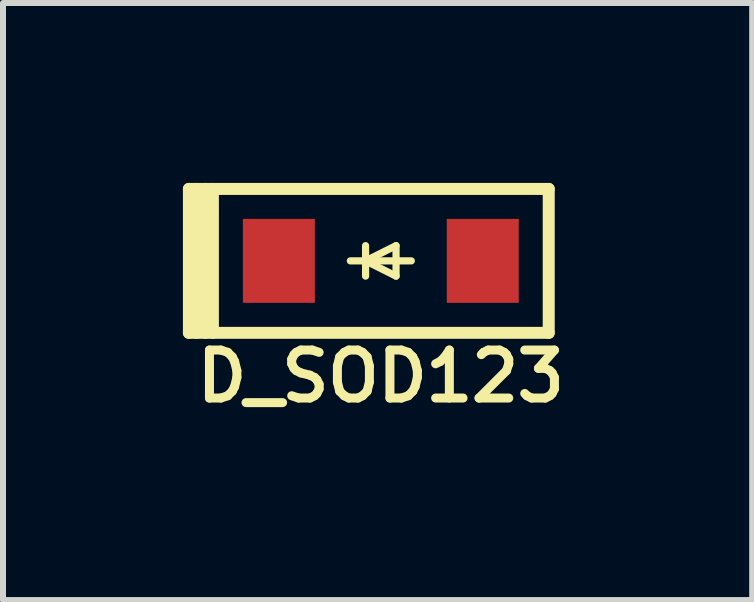
<source format=kicad_pcb>
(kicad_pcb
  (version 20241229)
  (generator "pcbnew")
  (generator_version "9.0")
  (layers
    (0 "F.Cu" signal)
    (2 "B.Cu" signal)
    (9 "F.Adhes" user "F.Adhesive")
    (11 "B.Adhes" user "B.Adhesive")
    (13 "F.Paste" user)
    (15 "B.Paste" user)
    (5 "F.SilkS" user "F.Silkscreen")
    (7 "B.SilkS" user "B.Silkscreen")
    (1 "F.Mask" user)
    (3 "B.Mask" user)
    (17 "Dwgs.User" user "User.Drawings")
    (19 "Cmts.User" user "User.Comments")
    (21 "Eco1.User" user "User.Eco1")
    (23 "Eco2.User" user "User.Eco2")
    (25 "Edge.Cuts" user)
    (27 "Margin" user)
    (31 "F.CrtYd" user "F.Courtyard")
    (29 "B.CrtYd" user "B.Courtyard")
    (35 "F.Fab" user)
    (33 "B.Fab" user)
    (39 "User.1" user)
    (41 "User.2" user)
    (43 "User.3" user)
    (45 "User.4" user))
  (footprint "D_SOD123"
    (layer "F.Cu")
    (at 3.3 1.3)
    (property "Reference" "D_SOD123" (at 0 1.925 0) (layer "F.SilkS") (effects (font (size 0.8 0.8) (thickness 0.15))))
    (attr smd)
    (fp_line (start -3.2 -1.2) (end 2.8 -1.2) (stroke (width 0.2) (type solid)) (layer "F.SilkS"))
    (fp_line (start -3.2 1.2) (end -3.2 -1.2) (stroke (width 0.2) (type solid)) (layer "F.SilkS"))
    (fp_line (start -3.075 1.2) (end -3.075 -1.2) (stroke (width 0.2) (type solid)) (layer "F.SilkS"))
    (fp_line (start -2.925 -1.2) (end -2.925 1.2) (stroke (width 0.2) (type solid)) (layer "F.SilkS"))
    (fp_line (start -2.8 -1.2) (end -2.8 1.2) (stroke (width 0.2) (type solid)) (layer "F.SilkS"))
    (fp_line (start -0.508 0) (end 0.508 0) (stroke (width 0.12) (type solid)) (layer "F.SilkS"))
    (fp_line (start -0.254 -0.254) (end -0.254 0.254) (stroke (width 0.12) (type solid)) (layer "F.SilkS"))
    (fp_line (start -0.254 0) (end 0.254 0.254) (stroke (width 0.12) (type solid)) (layer "F.SilkS"))
    (fp_line (start 0.254 -0.254) (end -0.254 0) (stroke (width 0.12) (type solid)) (layer "F.SilkS"))
    (fp_line (start 0.254 0.254) (end 0.254 -0.254) (stroke (width 0.12) (type solid)) (layer "F.SilkS"))
    (fp_line (start 2.8 -1.2) (end 2.8 1.2) (stroke (width 0.2) (type solid)) (layer "F.SilkS"))
    (fp_line (start 2.8 1.2) (end -3.2 1.2) (stroke (width 0.2) (type solid)) (layer "F.SilkS"))
    (pad "1" smd rect (at -1.7 0) (size 1.2 1.4) (layers "F.Cu" "F.Mask" "F.Paste"))
    (pad "2" smd rect (at 1.7 0) (size 1.2 1.4) (layers "F.Cu" "F.Mask" "F.Paste")))
  (gr_rect
    (start -3 -3)
    (end 9.493 6.956)
    (stroke (width 0.1) (type default))
    (fill no)
    (layer "Edge.Cuts")))
</source>
